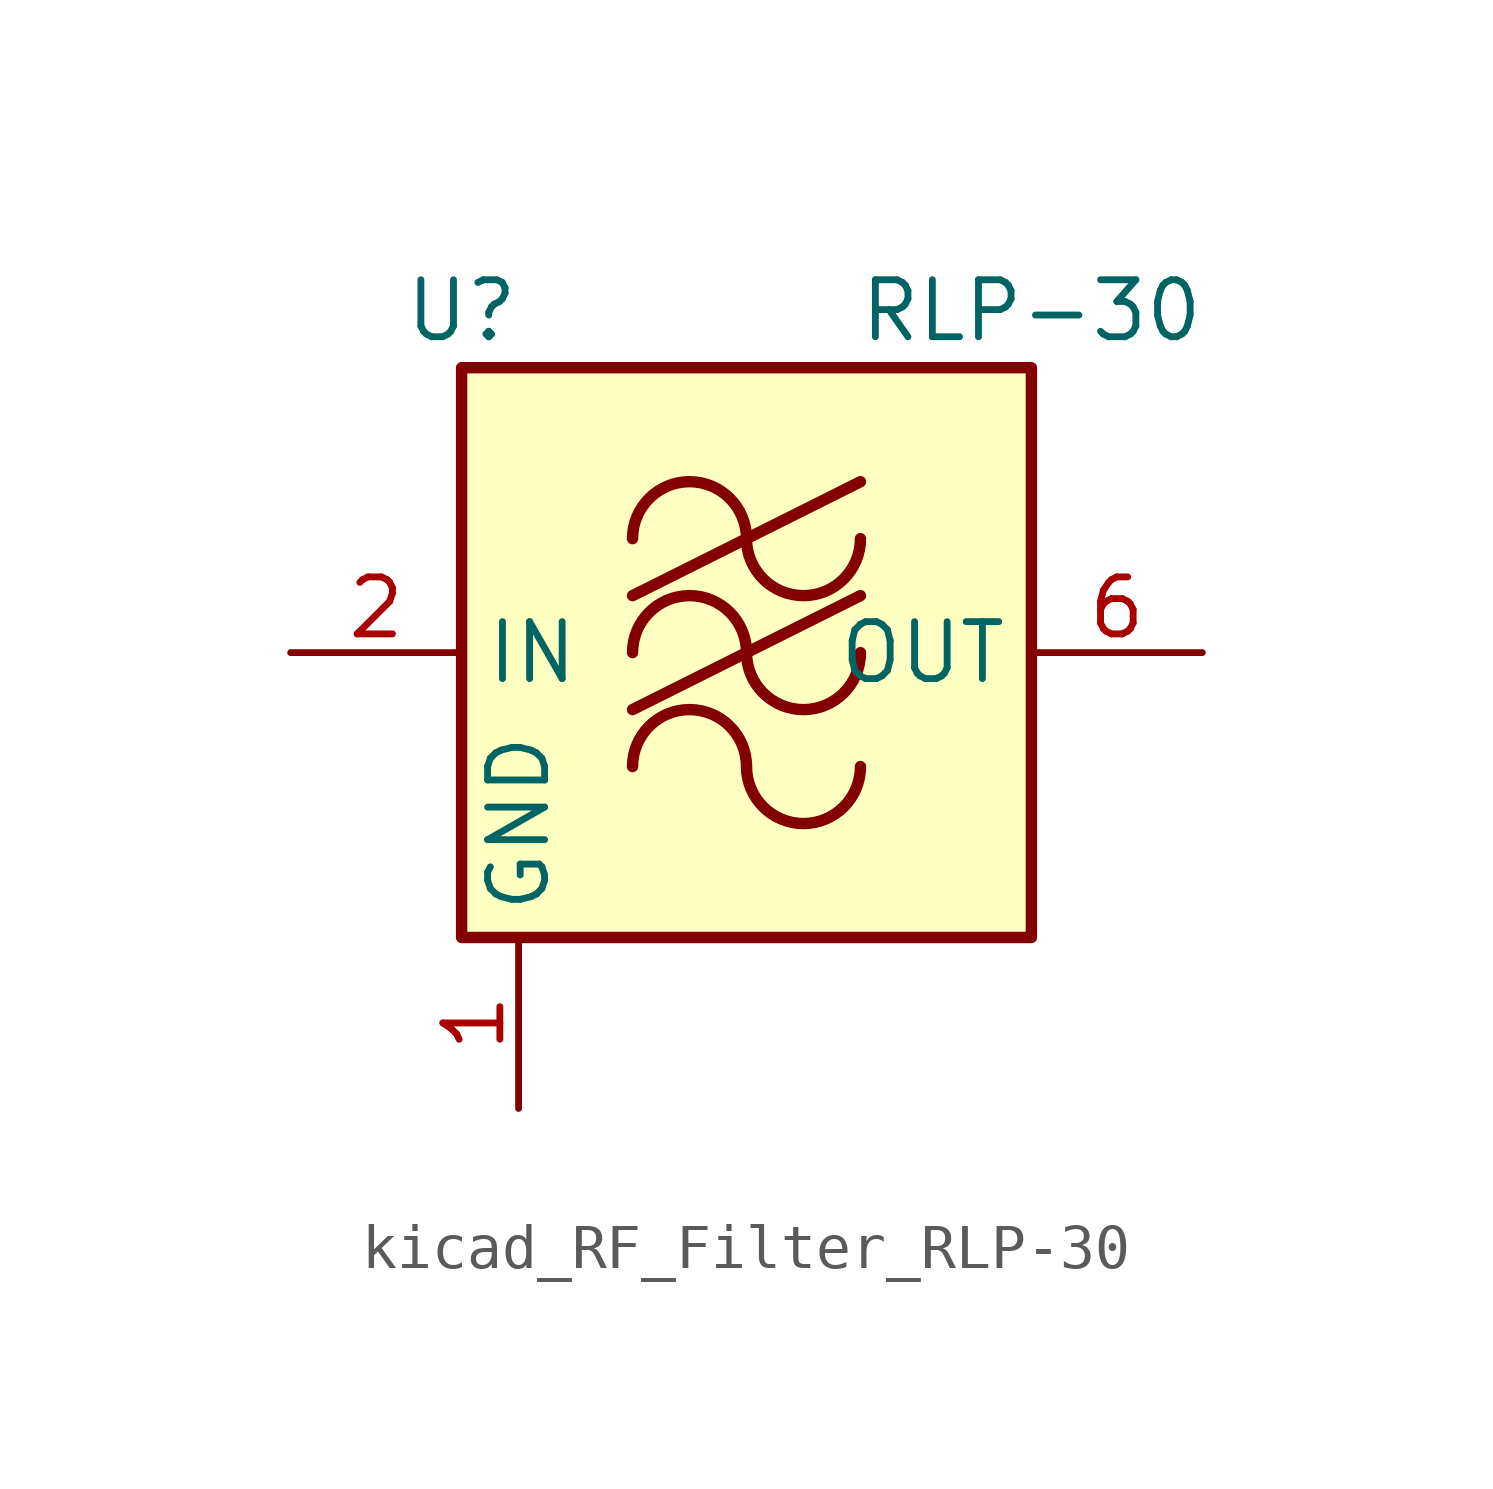
<source format=kicad_sym>
(kicad_symbol_lib
  (version 20220914)
  (generator kicad_symbol_editor)
  (symbol "kicad_RF_Filter_RLP-30"
    (property "Reference" "U"
      (at -6.35 7.62 0)
      (effects (font (size 1.27 1.27))))
    (property "Value" "RLP-30"
      (at 6.35 7.62 0)
      (effects (font (size 1.27 1.27))))
    (symbol "kicad_RF_Filter_RLP-30_0_1"
      (rectangle (start -6.35 6.35) (end 6.35 -6.35) (stroke (width 0.254) (type default)) (fill (type background)))
      (arc (start 0 -2.54) (mid -1.27 -1.2755) (end -2.54 -2.54) (stroke (width 0.254) (type default)) (fill (type none)))
      (arc (start 0 -2.54) (mid 1.27 -3.8045) (end 2.54 -2.54) (stroke (width 0.254) (type default)) (fill (type none)))
      (arc (start 0 0) (mid -1.27 1.2645) (end -2.54 0) (stroke (width 0.254) (type default)) (fill (type none)))
      (polyline (pts (xy -2.54 -1.27) (xy 2.54 1.27)) (stroke (width 0.254) (type default)) (fill (type none)))
      (polyline (pts (xy -2.54 1.27) (xy 2.54 3.81)) (stroke (width 0.254) (type default)) (fill (type none)))
      (arc (start 0 0) (mid 1.27 -1.2645) (end 2.54 0) (stroke (width 0.254) (type default)) (fill (type none)))
      (arc (start 0 2.54) (mid -1.27 3.8045) (end -2.54 2.54) (stroke (width 0.254) (type default)) (fill (type none)))
      (arc (start 0 2.54) (mid 1.27 1.2755) (end 2.54 2.54) (stroke (width 0.254) (type default)) (fill (type none))))
    (symbol "kicad_RF_Filter_RLP-30_1_1"
      (pin power_in line (at -5.08 -10.16 90) (length 3.81) (name "GND" (effects (font (size 1.27 1.27)))) (number "1" (effects (font (size 1.27 1.27)))))
      (pin input line (at -10.16 0 0) (length 3.81) (name "IN" (effects (font (size 1.27 1.27)))) (number "2" (effects (font (size 1.27 1.27)))))
      (pin passive line (at -5.08 -10.16 90) (length 3.81) hide (name "GND" (effects (font (size 1.27 1.27)))) (number "3" (effects (font (size 1.27 1.27)))))
      (pin passive line (at -5.08 -10.16 90) (length 3.81) hide (name "GND" (effects (font (size 1.27 1.27)))) (number "4" (effects (font (size 1.27 1.27)))))
      (pin passive line (at -5.08 -10.16 90) (length 3.81) hide (name "GND" (effects (font (size 1.27 1.27)))) (number "5" (effects (font (size 1.27 1.27)))))
      (pin output line (at 10.16 0 180) (length 3.81) (name "OUT" (effects (font (size 1.27 1.27)))) (number "6" (effects (font (size 1.27 1.27)))))
      (pin passive line (at -5.08 -10.16 90) (length 3.81) hide (name "GND" (effects (font (size 1.27 1.27)))) (number "7" (effects (font (size 1.27 1.27)))))
      (pin passive line (at -5.08 -10.16 90) (length 3.81) hide (name "GND" (effects (font (size 1.27 1.27)))) (number "8" (effects (font (size 1.27 1.27))))))))
</source>
